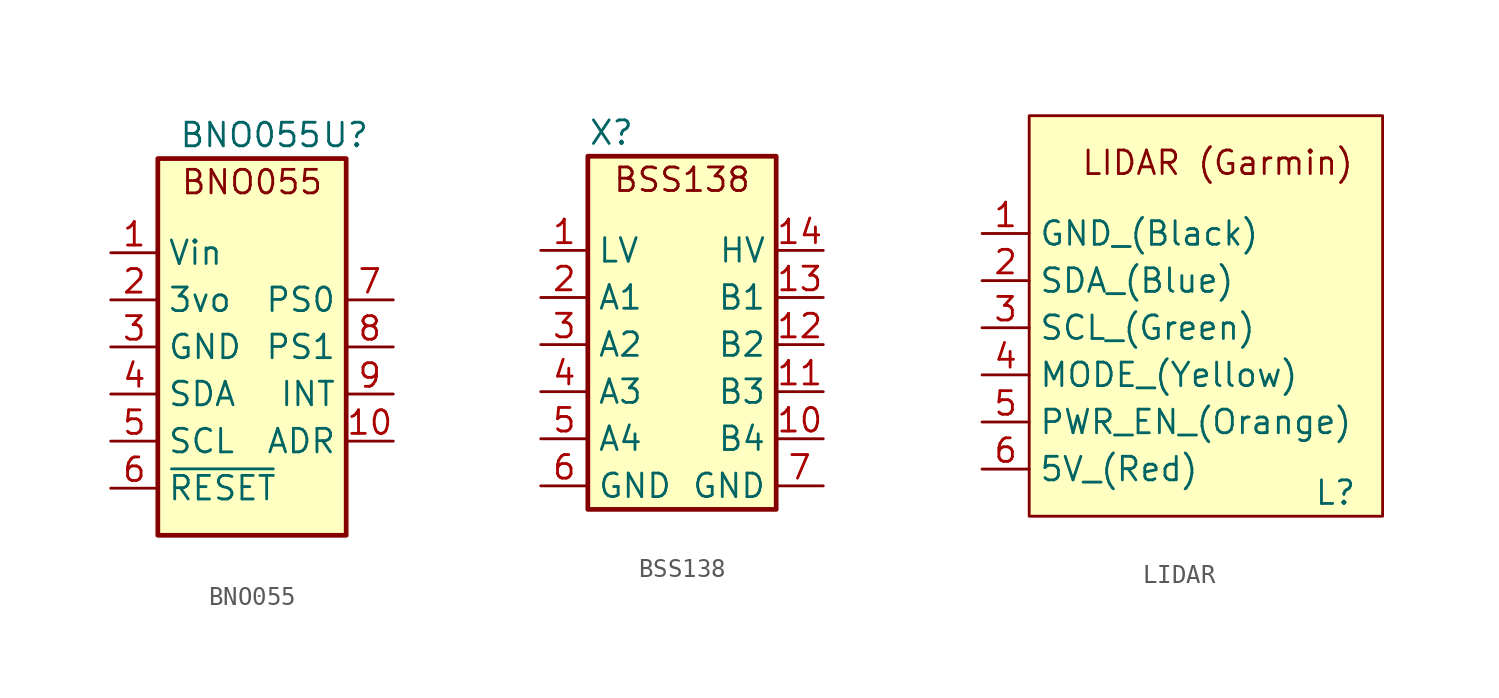
<source format=kicad_sym>
(kicad_symbol_lib
  (version 20220914)
  (generator kicad_symbol_editor)
  (symbol "BNO055"
    (property "Reference" "U"
      (at -1.27 16.51 0)
      (effects (font (size 1.27 1.27)) (justify right)))
    (property "Value" "BNO055"
      (at -3.81 16.51 0)
      (effects (font (size 1.27 1.27)) (justify right)))
    (symbol "BNO055_0_1"
      (rectangle (start -12.7 15.24) (end -2.54 -5.08) (stroke (width 0.254) (type default)) (fill (type background))))
    (symbol "BNO055_1_1"
      (text "BNO055" (at -7.62 13.97 0) (effects (font (size 1.27 1.27))))
      (pin power_in line (at -15.24 10.16 0) (length 2.54) (name "Vin" (effects (font (size 1.27 1.27)))) (number "1" (effects (font (size 1.27 1.27)))))
      (pin input line (at 0 0 180) (length 2.54) (name "ADR" (effects (font (size 1.27 1.27)))) (number "10" (effects (font (size 1.27 1.27)))))
      (pin power_out line (at -15.24 7.62 0) (length 2.54) (name "3vo" (effects (font (size 1.27 1.27)))) (number "2" (effects (font (size 1.27 1.27)))))
      (pin power_in line (at -15.24 5.08 0) (length 2.54) (name "GND" (effects (font (size 1.27 1.27)))) (number "3" (effects (font (size 1.27 1.27)))))
      (pin bidirectional line (at -15.24 2.54 0) (length 2.54) (name "SDA" (effects (font (size 1.27 1.27)))) (number "4" (effects (font (size 1.27 1.27)))))
      (pin bidirectional line (at -15.24 0 0) (length 2.54) (name "SCL" (effects (font (size 1.27 1.27)))) (number "5" (effects (font (size 1.27 1.27)))))
      (pin input line (at -15.24 -2.54 0) (length 2.54) (name "~{RESET}" (effects (font (size 1.27 1.27)))) (number "6" (effects (font (size 1.27 1.27)))))
      (pin input line (at 0 7.62 180) (length 2.54) (name "PS0" (effects (font (size 1.27 1.27)))) (number "7" (effects (font (size 1.27 1.27)))))
      (pin input line (at 0 5.08 180) (length 2.54) (name "PS1" (effects (font (size 1.27 1.27)))) (number "8" (effects (font (size 1.27 1.27)))))
      (pin output line (at 0 2.54 180) (length 2.54) (name "INT" (effects (font (size 1.27 1.27)))) (number "9" (effects (font (size 1.27 1.27)))))))
  (symbol "BSS138"
    (property "Reference" "X"
      (at -3.81 11.43 0)
      (effects (font (size 1.27 1.27))))
    (property "Value" ""
      (at -6.35 11.43 0)
      (effects (font (size 1.27 1.27))))
    (symbol "BSS138_0_1"
      (rectangle (start -5.08 10.16) (end 5.08 -8.89) (stroke (width 0.254) (type default)) (fill (type background))))
    (symbol "BSS138_1_1"
      (text "BSS138" (at 0 8.89 0) (effects (font (size 1.27 1.27))))
      (pin power_in line (at -7.62 5.08 0) (length 2.54) (name "LV" (effects (font (size 1.27 1.27)))) (number "1" (effects (font (size 1.27 1.27)))))
      (pin bidirectional line (at 7.62 -5.08 180) (length 2.54) (name "B4" (effects (font (size 1.27 1.27)))) (number "10" (effects (font (size 1.27 1.27)))))
      (pin bidirectional line (at 7.62 -2.54 180) (length 2.54) (name "B3" (effects (font (size 1.27 1.27)))) (number "11" (effects (font (size 1.27 1.27)))))
      (pin bidirectional line (at 7.62 0 180) (length 2.54) (name "B2" (effects (font (size 1.27 1.27)))) (number "12" (effects (font (size 1.27 1.27)))))
      (pin bidirectional line (at 7.62 2.54 180) (length 2.54) (name "B1" (effects (font (size 1.27 1.27)))) (number "13" (effects (font (size 1.27 1.27)))))
      (pin power_in line (at 7.62 5.08 180) (length 2.54) (name "HV" (effects (font (size 1.27 1.27)))) (number "14" (effects (font (size 1.27 1.27)))))
      (pin bidirectional line (at -7.62 2.54 0) (length 2.54) (name "A1" (effects (font (size 1.27 1.27)))) (number "2" (effects (font (size 1.27 1.27)))))
      (pin bidirectional line (at -7.62 0 0) (length 2.54) (name "A2" (effects (font (size 1.27 1.27)))) (number "3" (effects (font (size 1.27 1.27)))))
      (pin bidirectional line (at -7.62 -2.54 0) (length 2.54) (name "A3" (effects (font (size 1.27 1.27)))) (number "4" (effects (font (size 1.27 1.27)))))
      (pin bidirectional line (at -7.62 -5.08 0) (length 2.54) (name "A4" (effects (font (size 1.27 1.27)))) (number "5" (effects (font (size 1.27 1.27)))))
      (pin input line (at -7.62 -7.62 0) (length 2.54) (name "GND" (effects (font (size 1.27 1.27)))) (number "6" (effects (font (size 1.27 1.27)))))
      (pin power_in line (at 7.62 -7.62 180) (length 2.54) (name "GND" (effects (font (size 1.27 1.27)))) (number "7" (effects (font (size 1.27 1.27)))))))
  (symbol "LIDAR"
    (property "Reference" "L"
      (at 3.81 -3.81 0)
      (effects (font (size 1.27 1.27))))
    (property "Value" ""
      (at 0 0 0)
      (effects (font (size 1.27 1.27))))
    (symbol "LIDAR_0_1"
      (rectangle (start -12.7 16.51) (end 6.35 -5.08) (stroke (width 0.152) (type default)) (fill (type background))))
    (symbol "LIDAR_1_0"
      (text "LIDAR (Garmin)" (at -2.54 13.97 0) (effects (font (size 1.27 1.27)))))
    (symbol "LIDAR_1_1"
      (pin power_in line (at -15.24 10.16 0) (length 2.54) (name "GND_(Black)" (effects (font (size 1.27 1.27)))) (number "1" (effects (font (size 1.27 1.27)))))
      (pin bidirectional line (at -15.24 7.62 0) (length 2.54) (name "SDA_(Blue)" (effects (font (size 1.27 1.27)))) (number "2" (effects (font (size 1.27 1.27)))))
      (pin bidirectional line (at -15.24 5.08 0) (length 2.54) (name "SCL_(Green)" (effects (font (size 1.27 1.27)))) (number "3" (effects (font (size 1.27 1.27)))))
      (pin input line (at -15.24 2.54 0) (length 2.54) (name "MODE_(Yellow)" (effects (font (size 1.27 1.27)))) (number "4" (effects (font (size 1.27 1.27)))))
      (pin input line (at -15.24 0 0) (length 2.54) (name "PWR_EN_(Orange)" (effects (font (size 1.27 1.27)))) (number "5" (effects (font (size 1.27 1.27)))))
      (pin power_out line (at -15.24 -2.54 0) (length 2.54) (name "5V_(Red)" (effects (font (size 1.27 1.27)))) (number "6" (effects (font (size 1.27 1.27))))))))
</source>
